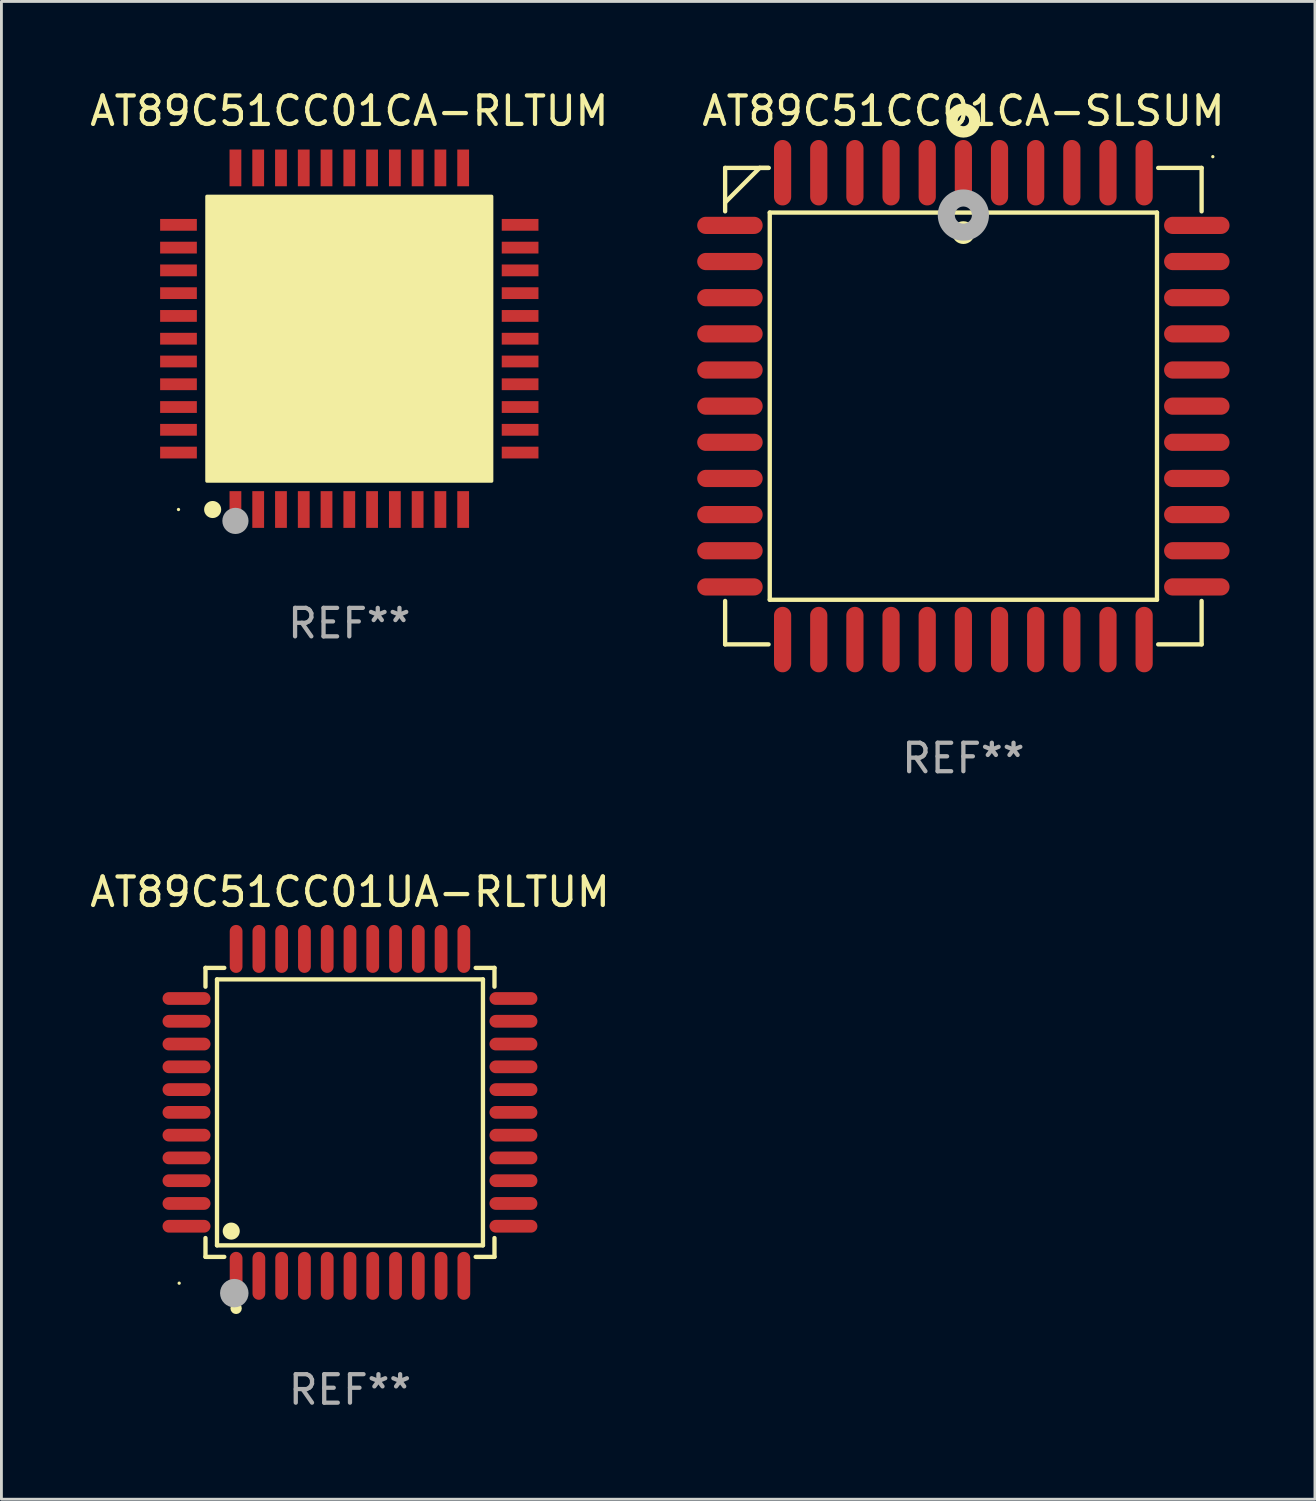
<source format=kicad_pcb>
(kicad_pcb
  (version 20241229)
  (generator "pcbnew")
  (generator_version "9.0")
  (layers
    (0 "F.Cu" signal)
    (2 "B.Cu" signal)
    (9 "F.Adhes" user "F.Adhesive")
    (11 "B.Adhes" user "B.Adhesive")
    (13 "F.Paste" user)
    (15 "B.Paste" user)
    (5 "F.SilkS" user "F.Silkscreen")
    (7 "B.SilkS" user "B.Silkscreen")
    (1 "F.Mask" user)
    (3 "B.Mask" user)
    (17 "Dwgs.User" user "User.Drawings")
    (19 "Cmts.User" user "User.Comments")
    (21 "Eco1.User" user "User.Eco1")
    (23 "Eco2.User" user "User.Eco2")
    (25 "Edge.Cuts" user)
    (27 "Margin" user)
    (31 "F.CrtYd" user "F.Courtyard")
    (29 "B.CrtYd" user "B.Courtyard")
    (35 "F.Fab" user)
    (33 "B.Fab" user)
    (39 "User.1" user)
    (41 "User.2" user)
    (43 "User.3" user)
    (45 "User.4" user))
  (footprint "AT89C51CC01CA-SLSUM"
    (layer "F.Cu")
    (at 30.791 11.217)
    (property "Reference" "AT89C51CC01CA-SLSUM" (at 0 -10.369 0) (layer "F.SilkS") (effects (font (size 1 1) (thickness 0.15))))
    (attr through_hole)
    (fp_line (start -8.369 -8.369) (end -8.369 -6.843) (stroke (width 0.152) (type solid)) (layer "F.SilkS"))
    (fp_line (start -8.369 8.369) (end -8.369 6.843) (stroke (width 0.152) (type solid)) (layer "F.SilkS"))
    (fp_line (start -7.156 -8.369) (end -8.369 -7.156) (stroke (width 0.152) (type solid)) (layer "F.SilkS"))
    (fp_line (start -6.843 -8.369) (end -8.369 -8.369) (stroke (width 0.152) (type solid)) (layer "F.SilkS"))
    (fp_line (start -6.843 -8.369) (end -7.156 -8.369) (stroke (width 0.152) (type solid)) (layer "F.SilkS"))
    (fp_line (start -6.843 8.369) (end -8.369 8.369) (stroke (width 0.152) (type solid)) (layer "F.SilkS"))
    (fp_line (start -6.801 -6.801) (end 6.801 -6.801) (stroke (width 0.152) (type solid)) (layer "F.SilkS"))
    (fp_line (start -6.801 6.801) (end -6.801 -6.801) (stroke (width 0.152) (type solid)) (layer "F.SilkS"))
    (fp_line (start 6.801 -6.801) (end 6.801 6.801) (stroke (width 0.152) (type solid)) (layer "F.SilkS"))
    (fp_line (start 6.801 6.801) (end -6.801 6.801) (stroke (width 0.152) (type solid)) (layer "F.SilkS"))
    (fp_line (start 6.843 -8.369) (end 8.369 -8.369) (stroke (width 0.152) (type solid)) (layer "F.SilkS"))
    (fp_line (start 6.843 8.369) (end 8.369 8.369) (stroke (width 0.152) (type solid)) (layer "F.SilkS"))
    (fp_line (start 8.369 -8.369) (end 8.369 -6.843) (stroke (width 0.152) (type solid)) (layer "F.SilkS"))
    (fp_line (start 8.369 8.369) (end 8.369 6.843) (stroke (width 0.152) (type solid)) (layer "F.SilkS"))
    (fp_circle (center -0.000013 -6.096) (end 0.2 -6.096) (stroke (width 0.4) (type solid)) (fill no) (layer "F.SilkS"))
    (fp_circle (center 0.000114 -10.033) (end 0.2 -10.033) (stroke (width 0.4) (type solid)) (fill no) (layer "F.SilkS"))
    (fp_circle (center 8.763 -8.763) (end 8.793 -8.763) (stroke (width 0.06) (type solid)) (fill no) (layer "F.SilkS"))
    (fp_circle (center 0.000114 -6.712) (end 0.3 -6.712) (stroke (width 0.6) (type solid)) (fill no) (layer "F.Fab"))
    (fp_text user "REF**" (at 0 12.369 0) (layer "F.Fab") (effects (font (size 1 1) (thickness 0.15))))
    (pad "1" smd oval (at 0.000114 -8.2) (size 0.604 2.3) (layers "F.Cu" "F.Mask" "F.Paste"))
    (pad "2" smd oval (at -1.27 -8.2) (size 0.604 2.3) (layers "F.Cu" "F.Mask" "F.Paste"))
    (pad "3" smd oval (at -2.54 -8.2) (size 0.604 2.3) (layers "F.Cu" "F.Mask" "F.Paste"))
    (pad "4" smd oval (at -3.81 -8.2) (size 0.604 2.3) (layers "F.Cu" "F.Mask" "F.Paste"))
    (pad "5" smd oval (at -5.08 -8.2) (size 0.604 2.3) (layers "F.Cu" "F.Mask" "F.Paste"))
    (pad "6" smd oval (at -6.35 -8.2) (size 0.604 2.3) (layers "F.Cu" "F.Mask" "F.Paste"))
    (pad "7" smd oval (at -8.2 -6.35) (size 2.3 0.604) (layers "F.Cu" "F.Mask" "F.Paste"))
    (pad "8" smd oval (at -8.2 -5.08) (size 2.3 0.604) (layers "F.Cu" "F.Mask" "F.Paste"))
    (pad "9" smd oval (at -8.2 -3.81) (size 2.3 0.604) (layers "F.Cu" "F.Mask" "F.Paste"))
    (pad "10" smd oval (at -8.2 -2.54) (size 2.3 0.604) (layers "F.Cu" "F.Mask" "F.Paste"))
    (pad "11" smd oval (at -8.2 -1.27) (size 2.3 0.604) (layers "F.Cu" "F.Mask" "F.Paste"))
    (pad "12" smd oval (at -8.2 0.000127) (size 2.3 0.604) (layers "F.Cu" "F.Mask" "F.Paste"))
    (pad "13" smd oval (at -8.2 1.27) (size 2.3 0.604) (layers "F.Cu" "F.Mask" "F.Paste"))
    (pad "14" smd oval (at -8.2 2.54) (size 2.3 0.604) (layers "F.Cu" "F.Mask" "F.Paste"))
    (pad "15" smd oval (at -8.2 3.81) (size 2.3 0.604) (layers "F.Cu" "F.Mask" "F.Paste"))
    (pad "16" smd oval (at -8.2 5.08) (size 2.3 0.604) (layers "F.Cu" "F.Mask" "F.Paste"))
    (pad "17" smd oval (at -8.2 6.35) (size 2.3 0.604) (layers "F.Cu" "F.Mask" "F.Paste"))
    (pad "18" smd oval (at -6.35 8.2) (size 0.604 2.3) (layers "F.Cu" "F.Mask" "F.Paste"))
    (pad "19" smd oval (at -5.08 8.2) (size 0.604 2.3) (layers "F.Cu" "F.Mask" "F.Paste"))
    (pad "20" smd oval (at -3.81 8.2) (size 0.604 2.3) (layers "F.Cu" "F.Mask" "F.Paste"))
    (pad "21" smd oval (at -2.54 8.2) (size 0.604 2.3) (layers "F.Cu" "F.Mask" "F.Paste"))
    (pad "22" smd oval (at -1.27 8.2) (size 0.604 2.3) (layers "F.Cu" "F.Mask" "F.Paste"))
    (pad "23" smd oval (at 0.000114 8.2) (size 0.604 2.3) (layers "F.Cu" "F.Mask" "F.Paste"))
    (pad "24" smd oval (at 1.27 8.2) (size 0.604 2.3) (layers "F.Cu" "F.Mask" "F.Paste"))
    (pad "25" smd oval (at 2.54 8.2) (size 0.604 2.3) (layers "F.Cu" "F.Mask" "F.Paste"))
    (pad "26" smd oval (at 3.81 8.2) (size 0.604 2.3) (layers "F.Cu" "F.Mask" "F.Paste"))
    (pad "27" smd oval (at 5.08 8.2) (size 0.604 2.3) (layers "F.Cu" "F.Mask" "F.Paste"))
    (pad "28" smd oval (at 6.35 8.2) (size 0.604 2.3) (layers "F.Cu" "F.Mask" "F.Paste"))
    (pad "29" smd oval (at 8.2 6.35) (size 2.3 0.604) (layers "F.Cu" "F.Mask" "F.Paste"))
    (pad "30" smd oval (at 8.2 5.08) (size 2.3 0.604) (layers "F.Cu" "F.Mask" "F.Paste"))
    (pad "31" smd oval (at 8.2 3.81) (size 2.3 0.604) (layers "F.Cu" "F.Mask" "F.Paste"))
    (pad "32" smd oval (at 8.2 2.54) (size 2.3 0.604) (layers "F.Cu" "F.Mask" "F.Paste"))
    (pad "33" smd oval (at 8.2 1.27) (size 2.3 0.604) (layers "F.Cu" "F.Mask" "F.Paste"))
    (pad "34" smd oval (at 8.2 0.000127) (size 2.3 0.604) (layers "F.Cu" "F.Mask" "F.Paste"))
    (pad "35" smd oval (at 8.2 -1.27) (size 2.3 0.604) (layers "F.Cu" "F.Mask" "F.Paste"))
    (pad "36" smd oval (at 8.2 -2.54) (size 2.3 0.604) (layers "F.Cu" "F.Mask" "F.Paste"))
    (pad "37" smd oval (at 8.2 -3.81) (size 2.3 0.604) (layers "F.Cu" "F.Mask" "F.Paste"))
    (pad "38" smd oval (at 8.2 -5.08) (size 2.3 0.604) (layers "F.Cu" "F.Mask" "F.Paste"))
    (pad "39" smd oval (at 8.2 -6.35) (size 2.3 0.604) (layers "F.Cu" "F.Mask" "F.Paste"))
    (pad "40" smd oval (at 6.35 -8.2) (size 0.604 2.3) (layers "F.Cu" "F.Mask" "F.Paste"))
    (pad "41" smd oval (at 5.08 -8.2) (size 0.604 2.3) (layers "F.Cu" "F.Mask" "F.Paste"))
    (pad "42" smd oval (at 3.81 -8.2) (size 0.604 2.3) (layers "F.Cu" "F.Mask" "F.Paste"))
    (pad "43" smd oval (at 2.54 -8.2) (size 0.604 2.3) (layers "F.Cu" "F.Mask" "F.Paste"))
    (pad "44" smd oval (at 1.27 -8.2) (size 0.604 2.3) (layers "F.Cu" "F.Mask" "F.Paste")))
  (footprint "AT89C51CC01UA-RLTUM"
    (layer "F.Cu")
    (at 9.244 36.025)
    (property "Reference" "AT89C51CC01UA-RLTUM" (at 0 -7.742 0) (layer "F.SilkS") (effects (font (size 1 1) (thickness 0.15))))
    (attr through_hole)
    (fp_line (start -5.076 -5.076) (end -4.415 -5.076) (stroke (width 0.152) (type solid)) (layer "F.SilkS"))
    (fp_line (start -5.076 -4.415) (end -5.076 -5.076) (stroke (width 0.152) (type solid)) (layer "F.SilkS"))
    (fp_line (start -5.076 4.415) (end -5.076 5.076) (stroke (width 0.152) (type solid)) (layer "F.SilkS"))
    (fp_line (start -5.076 5.076) (end -4.415 5.076) (stroke (width 0.152) (type solid)) (layer "F.SilkS"))
    (fp_line (start -4.671 -4.671) (end 4.671 -4.671) (stroke (width 0.152) (type solid)) (layer "F.SilkS"))
    (fp_line (start -4.671 4.671) (end -4.671 -4.671) (stroke (width 0.152) (type solid)) (layer "F.SilkS"))
    (fp_line (start 4.671 -4.671) (end 4.671 4.671) (stroke (width 0.152) (type solid)) (layer "F.SilkS"))
    (fp_line (start 4.671 4.671) (end -4.671 4.671) (stroke (width 0.152) (type solid)) (layer "F.SilkS"))
    (fp_line (start 5.076 -5.076) (end 4.415 -5.076) (stroke (width 0.152) (type solid)) (layer "F.SilkS"))
    (fp_line (start 5.076 -4.415) (end 5.076 -5.076) (stroke (width 0.152) (type solid)) (layer "F.SilkS"))
    (fp_line (start 5.076 4.415) (end 5.076 5.076) (stroke (width 0.152) (type solid)) (layer "F.SilkS"))
    (fp_line (start 5.076 5.076) (end 4.415 5.076) (stroke (width 0.152) (type solid)) (layer "F.SilkS"))
    (fp_circle (center -6 6) (end -5.97 6) (stroke (width 0.06) (type solid)) (fill no) (layer "F.SilkS"))
    (fp_circle (center -4.171 4.171) (end -4.021 4.171) (stroke (width 0.3) (type solid)) (fill no) (layer "F.SilkS"))
    (fp_circle (center -4 6.884) (end -3.9 6.884) (stroke (width 0.2) (type solid)) (fill no) (layer "F.SilkS"))
    (fp_circle (center -4.064 6.35) (end -3.814 6.35) (stroke (width 0.5) (type solid)) (fill no) (layer "F.Fab"))
    (fp_text user "REF**" (at 0 9.742 0) (layer "F.Fab") (effects (font (size 1 1) (thickness 0.15))))
    (pad "1" smd oval (at -4 5.742) (size 0.448 1.684) (layers "F.Cu" "F.Mask" "F.Paste"))
    (pad "2" smd oval (at -3.2 5.742) (size 0.448 1.684) (layers "F.Cu" "F.Mask" "F.Paste"))
    (pad "3" smd oval (at -2.4 5.742) (size 0.448 1.684) (layers "F.Cu" "F.Mask" "F.Paste"))
    (pad "4" smd oval (at -1.6 5.742) (size 0.448 1.684) (layers "F.Cu" "F.Mask" "F.Paste"))
    (pad "5" smd oval (at -0.8 5.742) (size 0.448 1.684) (layers "F.Cu" "F.Mask" "F.Paste"))
    (pad "6" smd oval (at 0 5.742) (size 0.448 1.684) (layers "F.Cu" "F.Mask" "F.Paste"))
    (pad "7" smd oval (at 0.8 5.742) (size 0.448 1.684) (layers "F.Cu" "F.Mask" "F.Paste"))
    (pad "8" smd oval (at 1.6 5.742) (size 0.448 1.684) (layers "F.Cu" "F.Mask" "F.Paste"))
    (pad "9" smd oval (at 2.4 5.742) (size 0.448 1.684) (layers "F.Cu" "F.Mask" "F.Paste"))
    (pad "10" smd oval (at 3.2 5.742) (size 0.448 1.684) (layers "F.Cu" "F.Mask" "F.Paste"))
    (pad "11" smd oval (at 4 5.742) (size 0.448 1.684) (layers "F.Cu" "F.Mask" "F.Paste"))
    (pad "12" smd oval (at 5.742 4) (size 1.684 0.448) (layers "F.Cu" "F.Mask" "F.Paste"))
    (pad "13" smd oval (at 5.742 3.2) (size 1.684 0.448) (layers "F.Cu" "F.Mask" "F.Paste"))
    (pad "14" smd oval (at 5.742 2.4) (size 1.684 0.448) (layers "F.Cu" "F.Mask" "F.Paste"))
    (pad "15" smd oval (at 5.742 1.6) (size 1.684 0.448) (layers "F.Cu" "F.Mask" "F.Paste"))
    (pad "16" smd oval (at 5.742 0.8) (size 1.684 0.448) (layers "F.Cu" "F.Mask" "F.Paste"))
    (pad "17" smd oval (at 5.742 0) (size 1.684 0.448) (layers "F.Cu" "F.Mask" "F.Paste"))
    (pad "18" smd oval (at 5.742 -0.8) (size 1.684 0.448) (layers "F.Cu" "F.Mask" "F.Paste"))
    (pad "19" smd oval (at 5.742 -1.6) (size 1.684 0.448) (layers "F.Cu" "F.Mask" "F.Paste"))
    (pad "20" smd oval (at 5.742 -2.4) (size 1.684 0.448) (layers "F.Cu" "F.Mask" "F.Paste"))
    (pad "21" smd oval (at 5.742 -3.2) (size 1.684 0.448) (layers "F.Cu" "F.Mask" "F.Paste"))
    (pad "22" smd oval (at 5.742 -4) (size 1.684 0.448) (layers "F.Cu" "F.Mask" "F.Paste"))
    (pad "23" smd oval (at 4 -5.742) (size 0.448 1.684) (layers "F.Cu" "F.Mask" "F.Paste"))
    (pad "24" smd oval (at 3.2 -5.742) (size 0.448 1.684) (layers "F.Cu" "F.Mask" "F.Paste"))
    (pad "25" smd oval (at 2.4 -5.742) (size 0.448 1.684) (layers "F.Cu" "F.Mask" "F.Paste"))
    (pad "26" smd oval (at 1.6 -5.742) (size 0.448 1.684) (layers "F.Cu" "F.Mask" "F.Paste"))
    (pad "27" smd oval (at 0.8 -5.742) (size 0.448 1.684) (layers "F.Cu" "F.Mask" "F.Paste"))
    (pad "28" smd oval (at 0 -5.742) (size 0.448 1.684) (layers "F.Cu" "F.Mask" "F.Paste"))
    (pad "29" smd oval (at -0.8 -5.742) (size 0.448 1.684) (layers "F.Cu" "F.Mask" "F.Paste"))
    (pad "30" smd oval (at -1.6 -5.742) (size 0.448 1.684) (layers "F.Cu" "F.Mask" "F.Paste"))
    (pad "31" smd oval (at -2.4 -5.742) (size 0.448 1.684) (layers "F.Cu" "F.Mask" "F.Paste"))
    (pad "32" smd oval (at -3.2 -5.742) (size 0.448 1.684) (layers "F.Cu" "F.Mask" "F.Paste"))
    (pad "33" smd oval (at -4 -5.742) (size 0.448 1.684) (layers "F.Cu" "F.Mask" "F.Paste"))
    (pad "34" smd oval (at -5.742 -4) (size 1.684 0.448) (layers "F.Cu" "F.Mask" "F.Paste"))
    (pad "35" smd oval (at -5.742 -3.2) (size 1.684 0.448) (layers "F.Cu" "F.Mask" "F.Paste"))
    (pad "36" smd oval (at -5.742 -2.4) (size 1.684 0.448) (layers "F.Cu" "F.Mask" "F.Paste"))
    (pad "37" smd oval (at -5.742 -1.6) (size 1.684 0.448) (layers "F.Cu" "F.Mask" "F.Paste"))
    (pad "38" smd oval (at -5.742 -0.8) (size 1.684 0.448) (layers "F.Cu" "F.Mask" "F.Paste"))
    (pad "39" smd oval (at -5.742 0) (size 1.684 0.448) (layers "F.Cu" "F.Mask" "F.Paste"))
    (pad "40" smd oval (at -5.742 0.8) (size 1.684 0.448) (layers "F.Cu" "F.Mask" "F.Paste"))
    (pad "41" smd oval (at -5.742 1.6) (size 1.684 0.448) (layers "F.Cu" "F.Mask" "F.Paste"))
    (pad "42" smd oval (at -5.742 2.4) (size 1.684 0.448) (layers "F.Cu" "F.Mask" "F.Paste"))
    (pad "43" smd oval (at -5.742 3.2) (size 1.684 0.448) (layers "F.Cu" "F.Mask" "F.Paste"))
    (pad "44" smd oval (at -5.742 4) (size 1.684 0.448) (layers "F.Cu" "F.Mask" "F.Paste")))
  (footprint "AT89C51CC01CA-RLTUM"
    (layer "F.Cu")
    (at 9.22 8.848)
    (property "Reference" "AT89C51CC01CA-RLTUM" (at 0 -8 0) (layer "F.SilkS") (effects (font (size 1 1) (thickness 0.15))))
    (attr through_hole)
    (fp_circle (center -6 6) (end -5.97 6) (stroke (width 0.06) (type solid)) (fill no) (layer "F.SilkS"))
    (fp_circle (center -4.8 6) (end -4.65 6) (stroke (width 0.3) (type solid)) (fill no) (layer "F.SilkS"))
    (fp_poly (pts (xy -5 -5) (xy 5 -5) (xy 5 5) (xy -5 5)) (stroke (width 0.12) (type solid)) (fill yes) (layer "F.SilkS"))
    (fp_circle (center -4 6.4) (end -3.77 6.4) (stroke (width 0.46) (type solid)) (fill no) (layer "F.Fab"))
    (fp_text user "REF**" (at 0 10 0) (layer "F.Fab") (effects (font (size 1 1) (thickness 0.15))))
    (pad "1" smd rect (at -4 6 90) (size 1.29 0.414) (layers "F.Cu" "F.Mask" "F.Paste"))
    (pad "2" smd rect (at -3.2 6 90) (size 1.29 0.414) (layers "F.Cu" "F.Mask" "F.Paste"))
    (pad "3" smd rect (at -2.4 6 90) (size 1.29 0.414) (layers "F.Cu" "F.Mask" "F.Paste"))
    (pad "4" smd rect (at -1.6 6 90) (size 1.29 0.414) (layers "F.Cu" "F.Mask" "F.Paste"))
    (pad "5" smd rect (at -0.8 6 90) (size 1.29 0.414) (layers "F.Cu" "F.Mask" "F.Paste"))
    (pad "6" smd rect (at 0 6 90) (size 1.29 0.414) (layers "F.Cu" "F.Mask" "F.Paste"))
    (pad "7" smd rect (at 0.8 6 90) (size 1.29 0.414) (layers "F.Cu" "F.Mask" "F.Paste"))
    (pad "8" smd rect (at 1.6 6 90) (size 1.29 0.414) (layers "F.Cu" "F.Mask" "F.Paste"))
    (pad "9" smd rect (at 2.4 6 90) (size 1.29 0.414) (layers "F.Cu" "F.Mask" "F.Paste"))
    (pad "10" smd rect (at 3.2 6 90) (size 1.29 0.414) (layers "F.Cu" "F.Mask" "F.Paste"))
    (pad "11" smd rect (at 4 6 90) (size 1.29 0.414) (layers "F.Cu" "F.Mask" "F.Paste"))
    (pad "12" smd rect (at 6 4 90) (size 0.414 1.29) (layers "F.Cu" "F.Mask" "F.Paste"))
    (pad "13" smd rect (at 6 3.2 90) (size 0.414 1.29) (layers "F.Cu" "F.Mask" "F.Paste"))
    (pad "14" smd rect (at 6 2.4 90) (size 0.414 1.29) (layers "F.Cu" "F.Mask" "F.Paste"))
    (pad "15" smd rect (at 6 1.6 90) (size 0.414 1.29) (layers "F.Cu" "F.Mask" "F.Paste"))
    (pad "16" smd rect (at 6 0.8 90) (size 0.414 1.29) (layers "F.Cu" "F.Mask" "F.Paste"))
    (pad "17" smd rect (at 6 0 90) (size 0.414 1.29) (layers "F.Cu" "F.Mask" "F.Paste"))
    (pad "18" smd rect (at 6 -0.8 90) (size 0.414 1.29) (layers "F.Cu" "F.Mask" "F.Paste"))
    (pad "19" smd rect (at 6 -1.6 90) (size 0.414 1.29) (layers "F.Cu" "F.Mask" "F.Paste"))
    (pad "20" smd rect (at 6 -2.4 90) (size 0.414 1.29) (layers "F.Cu" "F.Mask" "F.Paste"))
    (pad "21" smd rect (at 6 -3.2 90) (size 0.414 1.29) (layers "F.Cu" "F.Mask" "F.Paste"))
    (pad "22" smd rect (at 6 -4 90) (size 0.414 1.29) (layers "F.Cu" "F.Mask" "F.Paste"))
    (pad "23" smd rect (at 4 -6 90) (size 1.29 0.414) (layers "F.Cu" "F.Mask" "F.Paste"))
    (pad "24" smd rect (at 3.2 -6 90) (size 1.29 0.414) (layers "F.Cu" "F.Mask" "F.Paste"))
    (pad "25" smd rect (at 2.4 -6 90) (size 1.29 0.414) (layers "F.Cu" "F.Mask" "F.Paste"))
    (pad "26" smd rect (at 1.6 -6 90) (size 1.29 0.414) (layers "F.Cu" "F.Mask" "F.Paste"))
    (pad "27" smd rect (at 0.8 -6 90) (size 1.29 0.414) (layers "F.Cu" "F.Mask" "F.Paste"))
    (pad "28" smd rect (at 0 -6 90) (size 1.29 0.414) (layers "F.Cu" "F.Mask" "F.Paste"))
    (pad "29" smd rect (at -0.8 -6 90) (size 1.29 0.414) (layers "F.Cu" "F.Mask" "F.Paste"))
    (pad "30" smd rect (at -1.6 -6 90) (size 1.29 0.414) (layers "F.Cu" "F.Mask" "F.Paste"))
    (pad "31" smd rect (at -2.4 -6 90) (size 1.29 0.414) (layers "F.Cu" "F.Mask" "F.Paste"))
    (pad "32" smd rect (at -3.2 -6 90) (size 1.29 0.414) (layers "F.Cu" "F.Mask" "F.Paste"))
    (pad "33" smd rect (at -4 -6 90) (size 1.29 0.414) (layers "F.Cu" "F.Mask" "F.Paste"))
    (pad "34" smd rect (at -6 -4 180) (size 1.29 0.414) (layers "F.Cu" "F.Mask" "F.Paste"))
    (pad "35" smd rect (at -6 -3.2 180) (size 1.29 0.414) (layers "F.Cu" "F.Mask" "F.Paste"))
    (pad "36" smd rect (at -6 -2.4 180) (size 1.29 0.414) (layers "F.Cu" "F.Mask" "F.Paste"))
    (pad "37" smd rect (at -6 -1.6 180) (size 1.29 0.414) (layers "F.Cu" "F.Mask" "F.Paste"))
    (pad "38" smd rect (at -6 -0.8 180) (size 1.29 0.414) (layers "F.Cu" "F.Mask" "F.Paste"))
    (pad "39" smd rect (at -6 0 180) (size 1.29 0.414) (layers "F.Cu" "F.Mask" "F.Paste"))
    (pad "40" smd rect (at -6 0.8 180) (size 1.29 0.414) (layers "F.Cu" "F.Mask" "F.Paste"))
    (pad "41" smd rect (at -6 1.6 180) (size 1.29 0.414) (layers "F.Cu" "F.Mask" "F.Paste"))
    (pad "42" smd rect (at -6 2.4 180) (size 1.29 0.414) (layers "F.Cu" "F.Mask" "F.Paste"))
    (pad "43" smd rect (at -6 3.2 180) (size 1.29 0.414) (layers "F.Cu" "F.Mask" "F.Paste"))
    (pad "44" smd rect (at -6 4 180) (size 1.29 0.414) (layers "F.Cu" "F.Mask" "F.Paste")))
  (gr_rect
    (start -3 -3)
    (end 43.141 49.615)
    (stroke (width 0.1) (type default))
    (fill no)
    (layer "Edge.Cuts")))
</source>
